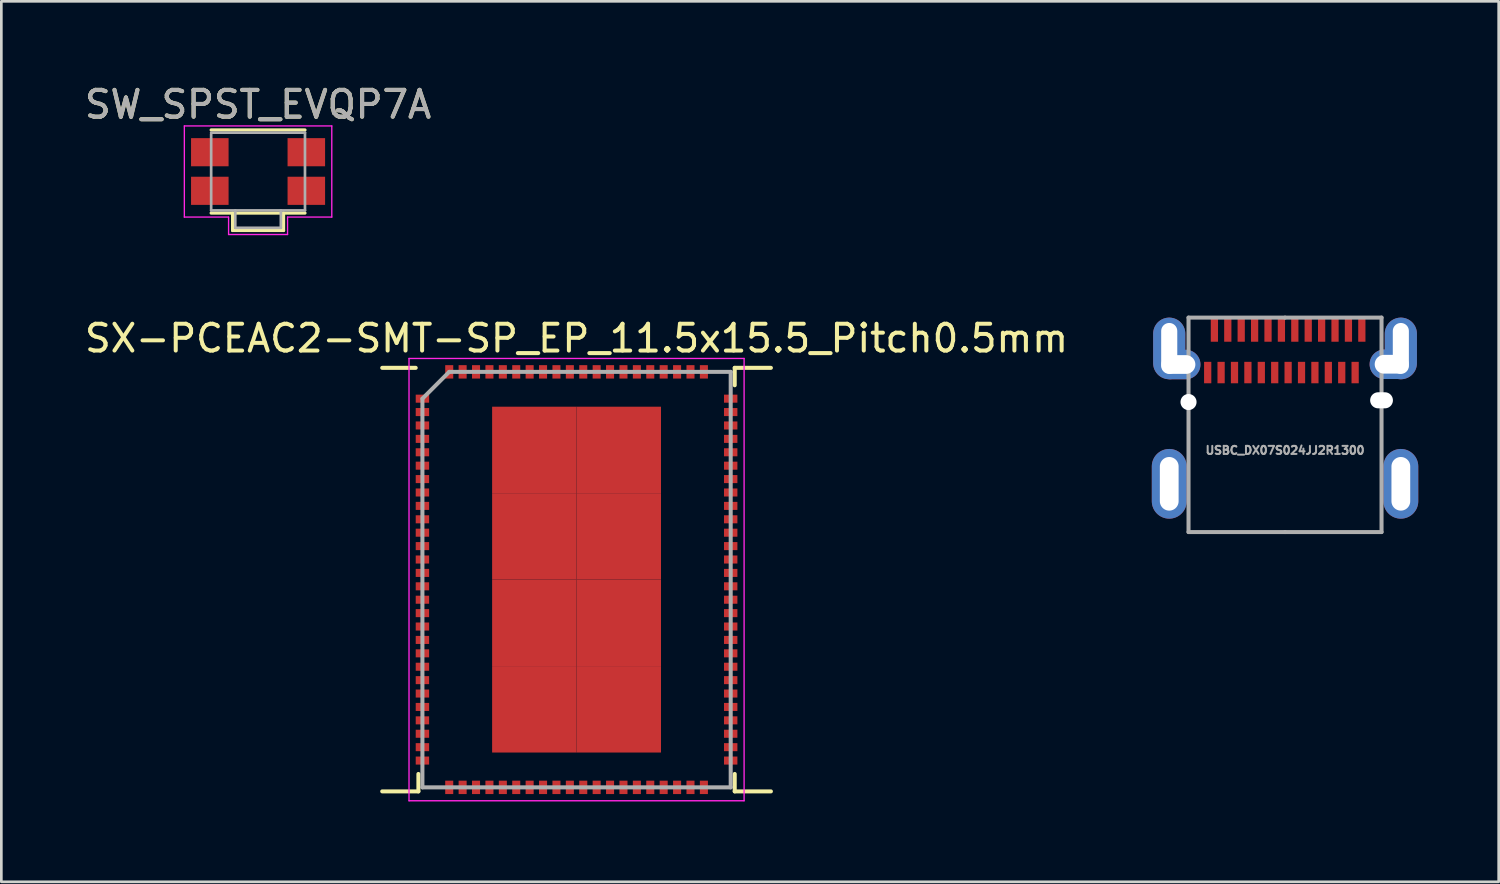
<source format=kicad_pcb>
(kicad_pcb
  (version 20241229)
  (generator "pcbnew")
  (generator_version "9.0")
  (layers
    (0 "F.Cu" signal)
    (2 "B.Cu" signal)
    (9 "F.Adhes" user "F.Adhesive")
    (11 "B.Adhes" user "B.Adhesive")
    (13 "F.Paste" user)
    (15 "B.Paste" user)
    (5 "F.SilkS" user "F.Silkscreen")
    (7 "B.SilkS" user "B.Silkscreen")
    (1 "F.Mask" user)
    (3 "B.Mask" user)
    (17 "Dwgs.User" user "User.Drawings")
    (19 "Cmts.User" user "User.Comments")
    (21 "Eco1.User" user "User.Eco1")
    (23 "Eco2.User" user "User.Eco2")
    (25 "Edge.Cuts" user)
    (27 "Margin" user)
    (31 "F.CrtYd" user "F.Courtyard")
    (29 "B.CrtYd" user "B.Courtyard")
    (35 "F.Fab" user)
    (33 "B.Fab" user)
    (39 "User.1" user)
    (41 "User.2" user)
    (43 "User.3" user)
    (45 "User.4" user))
  (footprint "USBC_DX07S024JJ2R1300"
    (layer "F.Cu")
    (at 44.887 11.948)
    (property "Reference" "USBC_DX07S024JJ2R1300" (at 0 1.8 0) (layer "F.Fab") (effects (font (size 0.3 0.3) (thickness 0.075))))
    (attr smd)
    (fp_line (start -3.6 -3.15) (end 0 -3.15) (stroke (width 0.15) (type solid)) (layer "F.Fab"))
    (fp_line (start -3.6 4.85) (end -3.6 -3.15) (stroke (width 0.15) (type solid)) (layer "F.Fab"))
    (fp_line (start 0 -3.15) (end 3.6 -3.15) (stroke (width 0.15) (type solid)) (layer "F.Fab"))
    (fp_line (start 0 4.85) (end -3.6 4.85) (stroke (width 0.15) (type solid)) (layer "F.Fab"))
    (fp_line (start 3.6 -3.15) (end 3.6 4.85) (stroke (width 0.15) (type solid)) (layer "F.Fab"))
    (fp_line (start 3.6 4.85) (end 0 4.85) (stroke (width 0.15) (type solid)) (layer "F.Fab"))
    (pad "" np_thru_hole circle (at -3.6 0 270) (size 0.6 0.6) (drill 0.6) (layers "*.Mask" "F.Cu"))
    (pad "" np_thru_hole oval (at 3.6 -0.065 270) (size 0.6 0.85) (drill oval 0.6 0.85) (layers "*.Mask" "F.Cu"))
    (pad "A1" smd rect (at -2.635 -2.7) (size 0.27 0.9) (layers "F.Cu" "F.Mask" "F.Paste"))
    (pad "A2" smd rect (at -2.135 -2.7) (size 0.27 0.9) (layers "F.Cu" "F.Mask" "F.Paste"))
    (pad "A3" smd rect (at -1.635 -2.7) (size 0.27 0.9) (layers "F.Cu" "F.Mask" "F.Paste"))
    (pad "A4" smd rect (at -1.135 -2.7) (size 0.27 0.9) (layers "F.Cu" "F.Mask" "F.Paste"))
    (pad "A5" smd rect (at -0.635 -2.7) (size 0.27 0.9) (layers "F.Cu" "F.Mask" "F.Paste"))
    (pad "A6" smd rect (at -0.135 -2.7) (size 0.27 0.9) (layers "F.Cu" "F.Mask" "F.Paste"))
    (pad "A7" smd rect (at 0.365 -2.7) (size 0.27 0.9) (layers "F.Cu" "F.Mask" "F.Paste"))
    (pad "A8" smd rect (at 0.865 -2.7) (size 0.27 0.9) (layers "F.Cu" "F.Mask" "F.Paste"))
    (pad "A9" smd rect (at 1.365 -2.7) (size 0.27 0.9) (layers "F.Cu" "F.Mask" "F.Paste"))
    (pad "A10" smd rect (at 1.865 -2.7) (size 0.27 0.9) (layers "F.Cu" "F.Mask" "F.Paste"))
    (pad "A11" smd rect (at 2.365 -2.7) (size 0.27 0.9) (layers "F.Cu" "F.Mask" "F.Paste"))
    (pad "A12" smd rect (at 2.865 -2.7) (size 0.27 0.9) (layers "F.Cu" "F.Mask" "F.Paste"))
    (pad "B1" smd rect (at 2.615 -1.1) (size 0.27 0.8) (layers "F.Cu" "F.Mask" "F.Paste"))
    (pad "B2" smd rect (at 2.115 -1.1) (size 0.27 0.8) (layers "F.Cu" "F.Mask" "F.Paste"))
    (pad "B3" smd rect (at 1.615 -1.1) (size 0.27 0.8) (layers "F.Cu" "F.Mask" "F.Paste"))
    (pad "B4" smd rect (at 1.115 -1.1) (size 0.27 0.8) (layers "F.Cu" "F.Mask" "F.Paste"))
    (pad "B5" smd rect (at 0.615 -1.1) (size 0.27 0.8) (layers "F.Cu" "F.Mask" "F.Paste"))
    (pad "B6" smd rect (at 0.115 -1.1) (size 0.27 0.8) (layers "F.Cu" "F.Mask" "F.Paste"))
    (pad "B7" smd rect (at -0.385 -1.1) (size 0.27 0.8) (layers "F.Cu" "F.Mask" "F.Paste"))
    (pad "B8" smd rect (at -0.885 -1.1) (size 0.27 0.8) (layers "F.Cu" "F.Mask" "F.Paste"))
    (pad "B9" smd rect (at -1.385 -1.1) (size 0.27 0.8) (layers "F.Cu" "F.Mask" "F.Paste"))
    (pad "B10" smd rect (at -1.885 -1.1) (size 0.27 0.8) (layers "F.Cu" "F.Mask" "F.Paste"))
    (pad "B11" smd rect (at -2.385 -1.1) (size 0.27 0.8) (layers "F.Cu" "F.Mask" "F.Paste"))
    (pad "B12" smd rect (at -2.885 -1.1) (size 0.27 0.8) (layers "F.Cu" "F.Mask" "F.Paste"))
    (pad "G" thru_hole oval (at -4.32 -2 180) (size 1.2 2.3) (drill oval 0.6 1.9) (layers "*.Cu" "*.Mask" "F.Paste"))
    (pad "G" thru_hole oval (at -4.32 3.05) (size 1.3 2.6) (drill oval 0.7 2) (layers "*.Cu" "*.Mask" "F.Paste"))
    (pad "G" thru_hole oval (at -3.98 -1.4 270) (size 1.1 1.65) (drill oval 0.7 1.27) (layers "*.Cu" "*.Mask" "F.Paste"))
    (pad "G" thru_hole oval (at 3.98 -1.41 270) (size 1.1 1.65) (drill oval 0.7 1.27) (layers "*.Cu" "*.Mask" "F.Paste"))
    (pad "G" thru_hole oval (at 4.32 -2 180) (size 1.2 2.3) (drill oval 0.6 1.9) (layers "*.Cu" "*.Mask" "F.Paste"))
    (pad "G" thru_hole oval (at 4.32 3.05) (size 1.3 2.6) (drill oval 0.7 2) (layers "*.Cu" "*.Mask" "F.Paste")))
  (footprint "SW_SPST_EVQP7A"
    (layer "F.Cu")
    (at 6.577 3.348)
    (property "Reference" "SW_SPST_EVQP7A" (at 0 -2.5 0) (layer "F.SilkS") (effects (font (size 1 1) (thickness 0.15))))
    (attr smd)
    (fp_line (start -1.75 -1.55) (end 1.75 -1.55) (stroke (width 0.12) (type solid)) (layer "F.SilkS"))
    (fp_line (start -0.95 2.2) (end -0.95 1.55) (stroke (width 0.12) (type solid)) (layer "F.SilkS"))
    (fp_line (start 0.95 1.55) (end 0.95 2.2) (stroke (width 0.12) (type solid)) (layer "F.SilkS"))
    (fp_line (start 0.95 2.2) (end -0.95 2.2) (stroke (width 0.12) (type solid)) (layer "F.SilkS"))
    (fp_line (start 1.75 1.55) (end -1.75 1.55) (stroke (width 0.12) (type solid)) (layer "F.SilkS"))
    (fp_line (start -2.75 -1.7) (end 2.75 -1.7) (stroke (width 0.05) (type solid)) (layer "F.CrtYd"))
    (fp_line (start -2.75 1.7) (end -2.75 -1.7) (stroke (width 0.05) (type solid)) (layer "F.CrtYd"))
    (fp_line (start -1.1 1.7) (end -2.75 1.7) (stroke (width 0.05) (type solid)) (layer "F.CrtYd"))
    (fp_line (start -1.1 2.35) (end -1.1 1.7) (stroke (width 0.05) (type solid)) (layer "F.CrtYd"))
    (fp_line (start 1.1 1.7) (end 1.1 2.35) (stroke (width 0.05) (type solid)) (layer "F.CrtYd"))
    (fp_line (start 1.1 2.35) (end -1.1 2.35) (stroke (width 0.05) (type solid)) (layer "F.CrtYd"))
    (fp_line (start 2.75 -1.7) (end 2.75 1.7) (stroke (width 0.05) (type solid)) (layer "F.CrtYd"))
    (fp_line (start 2.75 1.7) (end 1.1 1.7) (stroke (width 0.05) (type solid)) (layer "F.CrtYd"))
    (fp_line (start -1.75 -1.45) (end 1.75 -1.45) (stroke (width 0.1) (type solid)) (layer "F.Fab"))
    (fp_line (start -1.75 1.45) (end -1.75 -1.4) (stroke (width 0.1) (type solid)) (layer "F.Fab"))
    (fp_line (start -0.85 2.1) (end -0.85 1.45) (stroke (width 0.1) (type solid)) (layer "F.Fab"))
    (fp_line (start -0.85 2.1) (end 0.85 2.1) (stroke (width 0.1) (type solid)) (layer "F.Fab"))
    (fp_line (start 0.85 2.1) (end 0.85 1.45) (stroke (width 0.1) (type solid)) (layer "F.Fab"))
    (fp_line (start 1.75 -1.45) (end 1.75 1.45) (stroke (width 0.1) (type solid)) (layer "F.Fab"))
    (fp_line (start 1.75 1.45) (end -1.75 1.45) (stroke (width 0.1) (type solid)) (layer "F.Fab"))
    (fp_text user "${REFERENCE}" (at 0 -2.5 0) (layer "F.Fab") (effects (font (size 1 1) (thickness 0.15))))
    (pad "1" smd rect (at -1.8 -0.72) (size 1.4 1.05) (layers "F.Cu" "F.Mask" "F.Paste"))
    (pad "1" smd rect (at 1.8 -0.72) (size 1.4 1.05) (layers "F.Cu" "F.Mask" "F.Paste"))
    (pad "2" smd rect (at -1.8 0.72) (size 1.4 1.05) (layers "F.Cu" "F.Mask" "F.Paste"))
    (pad "2" smd rect (at 1.8 0.72) (size 1.4 1.05) (layers "F.Cu" "F.Mask" "F.Paste")))
  (footprint "SX-PCEAC2-SMT-SP_EP_11.5x15.5_Pitch0.5mm"
    (layer "F.Cu")
    (at 18.458 18.572)
    (property "Reference" "SX-PCEAC2-SMT-SP_EP_11.5x15.5_Pitch0.5mm" (at 0 -9 0) (layer "F.SilkS") (effects (font (size 1 1) (thickness 0.15))))
    (attr smd)
    (fp_line (start -7.25 -7.9) (end -6 -7.9) (stroke (width 0.15) (type solid)) (layer "F.SilkS"))
    (fp_line (start -7.25 7.9) (end -5.9 7.9) (stroke (width 0.15) (type solid)) (layer "F.SilkS"))
    (fp_line (start -5.9 7.9) (end -5.9 7.25) (stroke (width 0.15) (type solid)) (layer "F.SilkS"))
    (fp_line (start 5.9 -7.9) (end 5.9 -7.25) (stroke (width 0.15) (type solid)) (layer "F.SilkS"))
    (fp_line (start 5.9 7.9) (end 5.9 7.25) (stroke (width 0.15) (type solid)) (layer "F.SilkS"))
    (fp_line (start 7.25 -7.9) (end 5.9 -7.9) (stroke (width 0.15) (type solid)) (layer "F.SilkS"))
    (fp_line (start 7.25 7.9) (end 5.9 7.9) (stroke (width 0.15) (type solid)) (layer "F.SilkS"))
    (fp_line (start -6.25 -8.25) (end 6.25 -8.25) (stroke (width 0.05) (type solid)) (layer "F.CrtYd"))
    (fp_line (start -6.25 8.25) (end -6.25 -8.25) (stroke (width 0.05) (type solid)) (layer "F.CrtYd"))
    (fp_line (start 6.25 -8.25) (end 6.25 8.25) (stroke (width 0.05) (type solid)) (layer "F.CrtYd"))
    (fp_line (start 6.25 8.25) (end -6.25 8.25) (stroke (width 0.05) (type solid)) (layer "F.CrtYd"))
    (fp_line (start -5.75 -6.75) (end -5.75 7.75) (stroke (width 0.15) (type solid)) (layer "F.Fab"))
    (fp_line (start -5.75 7.75) (end 5.75 7.75) (stroke (width 0.15) (type solid)) (layer "F.Fab"))
    (fp_line (start -4.75 -7.75) (end -5.75 -6.75) (stroke (width 0.15) (type solid)) (layer "F.Fab"))
    (fp_line (start 5.75 -7.75) (end -4.75 -7.75) (stroke (width 0.15) (type solid)) (layer "F.Fab"))
    (fp_line (start 5.75 7.75) (end 5.75 -7.75) (stroke (width 0.15) (type solid)) (layer "F.Fab"))
    (pad "1" smd rect (at -5.75 -6.75 90) (size 0.3 0.5) (layers "F.Cu" "F.Mask" "F.Paste"))
    (pad "2" smd rect (at -5.75 -6.25 90) (size 0.3 0.5) (layers "F.Cu" "F.Mask" "F.Paste"))
    (pad "3" smd rect (at -5.75 -5.75 90) (size 0.3 0.5) (layers "F.Cu" "F.Mask" "F.Paste"))
    (pad "4" smd rect (at -5.75 -5.25 90) (size 0.3 0.5) (layers "F.Cu" "F.Mask" "F.Paste"))
    (pad "5" smd rect (at -5.75 -4.75 90) (size 0.3 0.5) (layers "F.Cu" "F.Mask" "F.Paste"))
    (pad "6" smd rect (at -5.75 -4.25 90) (size 0.3 0.5) (layers "F.Cu" "F.Mask" "F.Paste"))
    (pad "7" smd rect (at -5.75 -3.75 90) (size 0.3 0.5) (layers "F.Cu" "F.Mask" "F.Paste"))
    (pad "8" smd rect (at -5.75 -3.25 90) (size 0.3 0.5) (layers "F.Cu" "F.Mask" "F.Paste"))
    (pad "9" smd rect (at -5.75 -2.75 90) (size 0.3 0.5) (layers "F.Cu" "F.Mask" "F.Paste"))
    (pad "10" smd rect (at -5.75 -2.25 90) (size 0.3 0.5) (layers "F.Cu" "F.Mask" "F.Paste"))
    (pad "11" smd rect (at -5.75 -1.75 90) (size 0.3 0.5) (layers "F.Cu" "F.Mask" "F.Paste"))
    (pad "12" smd rect (at -5.75 -1.25 90) (size 0.3 0.5) (layers "F.Cu" "F.Mask" "F.Paste"))
    (pad "13" smd rect (at -5.75 -0.75 90) (size 0.3 0.5) (layers "F.Cu" "F.Mask" "F.Paste"))
    (pad "14" smd rect (at -5.75 -0.25 90) (size 0.3 0.5) (layers "F.Cu" "F.Mask" "F.Paste"))
    (pad "15" smd rect (at -5.75 0.25 90) (size 0.3 0.5) (layers "F.Cu" "F.Mask" "F.Paste"))
    (pad "16" smd rect (at -5.75 0.75 90) (size 0.3 0.5) (layers "F.Cu" "F.Mask" "F.Paste"))
    (pad "17" smd rect (at -5.75 1.25 90) (size 0.3 0.5) (layers "F.Cu" "F.Mask" "F.Paste"))
    (pad "18" smd rect (at -5.75 1.75 90) (size 0.3 0.5) (layers "F.Cu" "F.Mask" "F.Paste"))
    (pad "19" smd rect (at -5.75 2.25 90) (size 0.3 0.5) (layers "F.Cu" "F.Mask" "F.Paste"))
    (pad "20" smd rect (at -5.75 2.75 90) (size 0.3 0.5) (layers "F.Cu" "F.Mask" "F.Paste"))
    (pad "21" smd rect (at -5.75 3.25 90) (size 0.3 0.5) (layers "F.Cu" "F.Mask" "F.Paste"))
    (pad "22" smd rect (at -5.75 3.75 90) (size 0.3 0.5) (layers "F.Cu" "F.Mask" "F.Paste"))
    (pad "23" smd rect (at -5.75 4.25 90) (size 0.3 0.5) (layers "F.Cu" "F.Mask" "F.Paste"))
    (pad "24" smd rect (at -5.75 4.75 90) (size 0.3 0.5) (layers "F.Cu" "F.Mask" "F.Paste"))
    (pad "25" smd rect (at -5.75 5.25 90) (size 0.3 0.5) (layers "F.Cu" "F.Mask" "F.Paste"))
    (pad "26" smd rect (at -5.75 5.75 90) (size 0.3 0.5) (layers "F.Cu" "F.Mask" "F.Paste"))
    (pad "27" smd rect (at -5.75 6.25 90) (size 0.3 0.5) (layers "F.Cu" "F.Mask" "F.Paste"))
    (pad "28" smd rect (at -5.75 6.75 90) (size 0.3 0.5) (layers "F.Cu" "F.Mask" "F.Paste"))
    (pad "33" smd rect (at -4.75 7.75) (size 0.3 0.5) (layers "F.Cu" "F.Mask" "F.Paste"))
    (pad "34" smd rect (at -4.25 7.75) (size 0.3 0.5) (layers "F.Cu" "F.Mask" "F.Paste"))
    (pad "35" smd rect (at -3.75 7.75) (size 0.3 0.5) (layers "F.Cu" "F.Mask" "F.Paste"))
    (pad "36" smd rect (at -3.25 7.75) (size 0.3 0.5) (layers "F.Cu" "F.Mask" "F.Paste"))
    (pad "37" smd rect (at -2.75 7.75) (size 0.3 0.5) (layers "F.Cu" "F.Mask" "F.Paste"))
    (pad "38" smd rect (at -2.25 7.75) (size 0.3 0.5) (layers "F.Cu" "F.Mask" "F.Paste"))
    (pad "39" smd rect (at -1.75 7.75) (size 0.3 0.5) (layers "F.Cu" "F.Mask" "F.Paste"))
    (pad "40" smd rect (at -1.25 7.75) (size 0.3 0.5) (layers "F.Cu" "F.Mask" "F.Paste"))
    (pad "41" smd rect (at -0.75 7.75) (size 0.3 0.5) (layers "F.Cu" "F.Mask" "F.Paste"))
    (pad "42" smd rect (at -0.25 7.75) (size 0.3 0.5) (layers "F.Cu" "F.Mask" "F.Paste"))
    (pad "43" smd rect (at 0.25 7.75) (size 0.3 0.5) (layers "F.Cu" "F.Mask" "F.Paste"))
    (pad "44" smd rect (at 0.75 7.75) (size 0.3 0.5) (layers "F.Cu" "F.Mask" "F.Paste"))
    (pad "45" smd rect (at 1.25 7.75) (size 0.3 0.5) (layers "F.Cu" "F.Mask" "F.Paste"))
    (pad "46" smd rect (at 1.75 7.75) (size 0.3 0.5) (layers "F.Cu" "F.Mask" "F.Paste"))
    (pad "47" smd rect (at 2.25 7.75) (size 0.3 0.5) (layers "F.Cu" "F.Mask" "F.Paste"))
    (pad "48" smd rect (at 2.75 7.75) (size 0.3 0.5) (layers "F.Cu" "F.Mask" "F.Paste"))
    (pad "49" smd rect (at 3.25 7.75) (size 0.3 0.5) (layers "F.Cu" "F.Mask" "F.Paste"))
    (pad "50" smd rect (at 3.75 7.75) (size 0.3 0.5) (layers "F.Cu" "F.Mask" "F.Paste"))
    (pad "51" smd rect (at 4.25 7.75) (size 0.3 0.5) (layers "F.Cu" "F.Mask" "F.Paste"))
    (pad "52" smd rect (at 4.75 7.75) (size 0.3 0.5) (layers "F.Cu" "F.Mask" "F.Paste"))
    (pad "57" smd rect (at 5.75 6.75 90) (size 0.3 0.5) (layers "F.Cu" "F.Mask" "F.Paste"))
    (pad "58" smd rect (at 5.75 6.25 90) (size 0.3 0.5) (layers "F.Cu" "F.Mask" "F.Paste"))
    (pad "59" smd rect (at 5.75 5.75 90) (size 0.3 0.5) (layers "F.Cu" "F.Mask" "F.Paste"))
    (pad "60" smd rect (at 5.75 5.25 90) (size 0.3 0.5) (layers "F.Cu" "F.Mask" "F.Paste"))
    (pad "61" smd rect (at 5.75 4.75 90) (size 0.3 0.5) (layers "F.Cu" "F.Mask" "F.Paste"))
    (pad "62" smd rect (at 5.75 4.25 90) (size 0.3 0.5) (layers "F.Cu" "F.Mask" "F.Paste"))
    (pad "63" smd rect (at 5.75 3.75 90) (size 0.3 0.5) (layers "F.Cu" "F.Mask" "F.Paste"))
    (pad "64" smd rect (at 5.75 3.25 90) (size 0.3 0.5) (layers "F.Cu" "F.Mask" "F.Paste"))
    (pad "65" smd rect (at 5.75 2.75 90) (size 0.3 0.5) (layers "F.Cu" "F.Mask" "F.Paste"))
    (pad "66" smd rect (at 5.75 2.25 90) (size 0.3 0.5) (layers "F.Cu" "F.Mask" "F.Paste"))
    (pad "67" smd rect (at 5.75 1.75 90) (size 0.3 0.5) (layers "F.Cu" "F.Mask" "F.Paste"))
    (pad "68" smd rect (at 5.75 1.25 90) (size 0.3 0.5) (layers "F.Cu" "F.Mask" "F.Paste"))
    (pad "69" smd rect (at 5.75 0.75 90) (size 0.3 0.5) (layers "F.Cu" "F.Mask" "F.Paste"))
    (pad "70" smd rect (at 5.75 0.25 90) (size 0.3 0.5) (layers "F.Cu" "F.Mask" "F.Paste"))
    (pad "71" smd rect (at 5.75 -0.25 90) (size 0.3 0.5) (layers "F.Cu" "F.Mask" "F.Paste"))
    (pad "72" smd rect (at 5.75 -0.75 90) (size 0.3 0.5) (layers "F.Cu" "F.Mask" "F.Paste"))
    (pad "73" smd rect (at 5.75 -1.25 90) (size 0.3 0.5) (layers "F.Cu" "F.Mask" "F.Paste"))
    (pad "74" smd rect (at 5.75 -1.75 90) (size 0.3 0.5) (layers "F.Cu" "F.Mask" "F.Paste"))
    (pad "75" smd rect (at 5.75 -2.25 90) (size 0.3 0.5) (layers "F.Cu" "F.Mask" "F.Paste"))
    (pad "76" smd rect (at 5.75 -2.75 90) (size 0.3 0.5) (layers "F.Cu" "F.Mask" "F.Paste"))
    (pad "77" smd rect (at 5.75 -3.25 90) (size 0.3 0.5) (layers "F.Cu" "F.Mask" "F.Paste"))
    (pad "78" smd rect (at 5.75 -3.75 90) (size 0.3 0.5) (layers "F.Cu" "F.Mask" "F.Paste"))
    (pad "79" smd rect (at 5.75 -4.25 90) (size 0.3 0.5) (layers "F.Cu" "F.Mask" "F.Paste"))
    (pad "80" smd rect (at 5.75 -4.75 90) (size 0.3 0.5) (layers "F.Cu" "F.Mask" "F.Paste"))
    (pad "81" smd rect (at 5.75 -5.25 90) (size 0.3 0.5) (layers "F.Cu" "F.Mask" "F.Paste"))
    (pad "82" smd rect (at 5.75 -5.75 90) (size 0.3 0.5) (layers "F.Cu" "F.Mask" "F.Paste"))
    (pad "83" smd rect (at 5.75 -6.25 90) (size 0.3 0.5) (layers "F.Cu" "F.Mask" "F.Paste"))
    (pad "84" smd rect (at 5.75 -6.75 90) (size 0.3 0.5) (layers "F.Cu" "F.Mask" "F.Paste"))
    (pad "89" smd rect (at 4.75 -7.75) (size 0.3 0.5) (layers "F.Cu" "F.Mask" "F.Paste"))
    (pad "90" smd rect (at 4.25 -7.75) (size 0.3 0.5) (layers "F.Cu" "F.Mask" "F.Paste"))
    (pad "91" smd rect (at 3.75 -7.75) (size 0.3 0.5) (layers "F.Cu" "F.Mask" "F.Paste"))
    (pad "92" smd rect (at 3.25 -7.75) (size 0.3 0.5) (layers "F.Cu" "F.Mask" "F.Paste"))
    (pad "93" smd rect (at 2.75 -7.75) (size 0.3 0.5) (layers "F.Cu" "F.Mask" "F.Paste"))
    (pad "94" smd rect (at 2.25 -7.75) (size 0.3 0.5) (layers "F.Cu" "F.Mask" "F.Paste"))
    (pad "95" smd rect (at 1.75 -7.75) (size 0.3 0.5) (layers "F.Cu" "F.Mask" "F.Paste"))
    (pad "96" smd rect (at 1.25 -7.75) (size 0.3 0.5) (layers "F.Cu" "F.Mask" "F.Paste"))
    (pad "97" smd rect (at 0.75 -7.75) (size 0.3 0.5) (layers "F.Cu" "F.Mask" "F.Paste"))
    (pad "98" smd rect (at 0.25 -7.75) (size 0.3 0.5) (layers "F.Cu" "F.Mask" "F.Paste"))
    (pad "99" smd rect (at -0.25 -7.75) (size 0.3 0.5) (layers "F.Cu" "F.Mask" "F.Paste"))
    (pad "100" smd rect (at -0.75 -7.75) (size 0.3 0.5) (layers "F.Cu" "F.Mask" "F.Paste"))
    (pad "101" smd rect (at -1.25 -7.75) (size 0.3 0.5) (layers "F.Cu" "F.Mask" "F.Paste"))
    (pad "102" smd rect (at -1.75 -7.75) (size 0.3 0.5) (layers "F.Cu" "F.Mask" "F.Paste"))
    (pad "103" smd rect (at -2.25 -7.75) (size 0.3 0.5) (layers "F.Cu" "F.Mask" "F.Paste"))
    (pad "104" smd rect (at -2.75 -7.75) (size 0.3 0.5) (layers "F.Cu" "F.Mask" "F.Paste"))
    (pad "105" smd rect (at -3.25 -7.75) (size 0.3 0.5) (layers "F.Cu" "F.Mask" "F.Paste"))
    (pad "106" smd rect (at -3.75 -7.75) (size 0.3 0.5) (layers "F.Cu" "F.Mask" "F.Paste"))
    (pad "107" smd rect (at -4.25 -7.75) (size 0.3 0.5) (layers "F.Cu" "F.Mask" "F.Paste"))
    (pad "108" smd rect (at -4.75 -7.75) (size 0.3 0.5) (layers "F.Cu" "F.Mask" "F.Paste"))
    (pad "113" smd rect (at -1.575 -4.838) (size 3.15 3.225) (layers "F.Cu" "F.Mask" "F.Paste"))
    (pad "113" smd rect (at -1.575 -1.613) (size 3.15 3.225) (layers "F.Cu" "F.Mask" "F.Paste"))
    (pad "113" smd rect (at -1.575 1.613) (size 3.15 3.225) (layers "F.Cu" "F.Mask" "F.Paste"))
    (pad "113" smd rect (at -1.575 4.838) (size 3.15 3.225) (layers "F.Cu" "F.Mask" "F.Paste"))
    (pad "113" smd rect (at 1.575 -4.838) (size 3.15 3.225) (layers "F.Cu" "F.Mask" "F.Paste"))
    (pad "113" smd rect (at 1.575 -1.613) (size 3.15 3.225) (layers "F.Cu" "F.Mask" "F.Paste"))
    (pad "113" smd rect (at 1.575 1.613) (size 3.15 3.225) (layers "F.Cu" "F.Mask" "F.Paste"))
    (pad "113" smd rect (at 1.575 4.838) (size 3.15 3.225) (layers "F.Cu" "F.Mask" "F.Paste")))
  (gr_rect
    (start -3 -3)
    (end 52.857 29.846)
    (stroke (width 0.1) (type default))
    (fill no)
    (layer "Edge.Cuts")))
</source>
